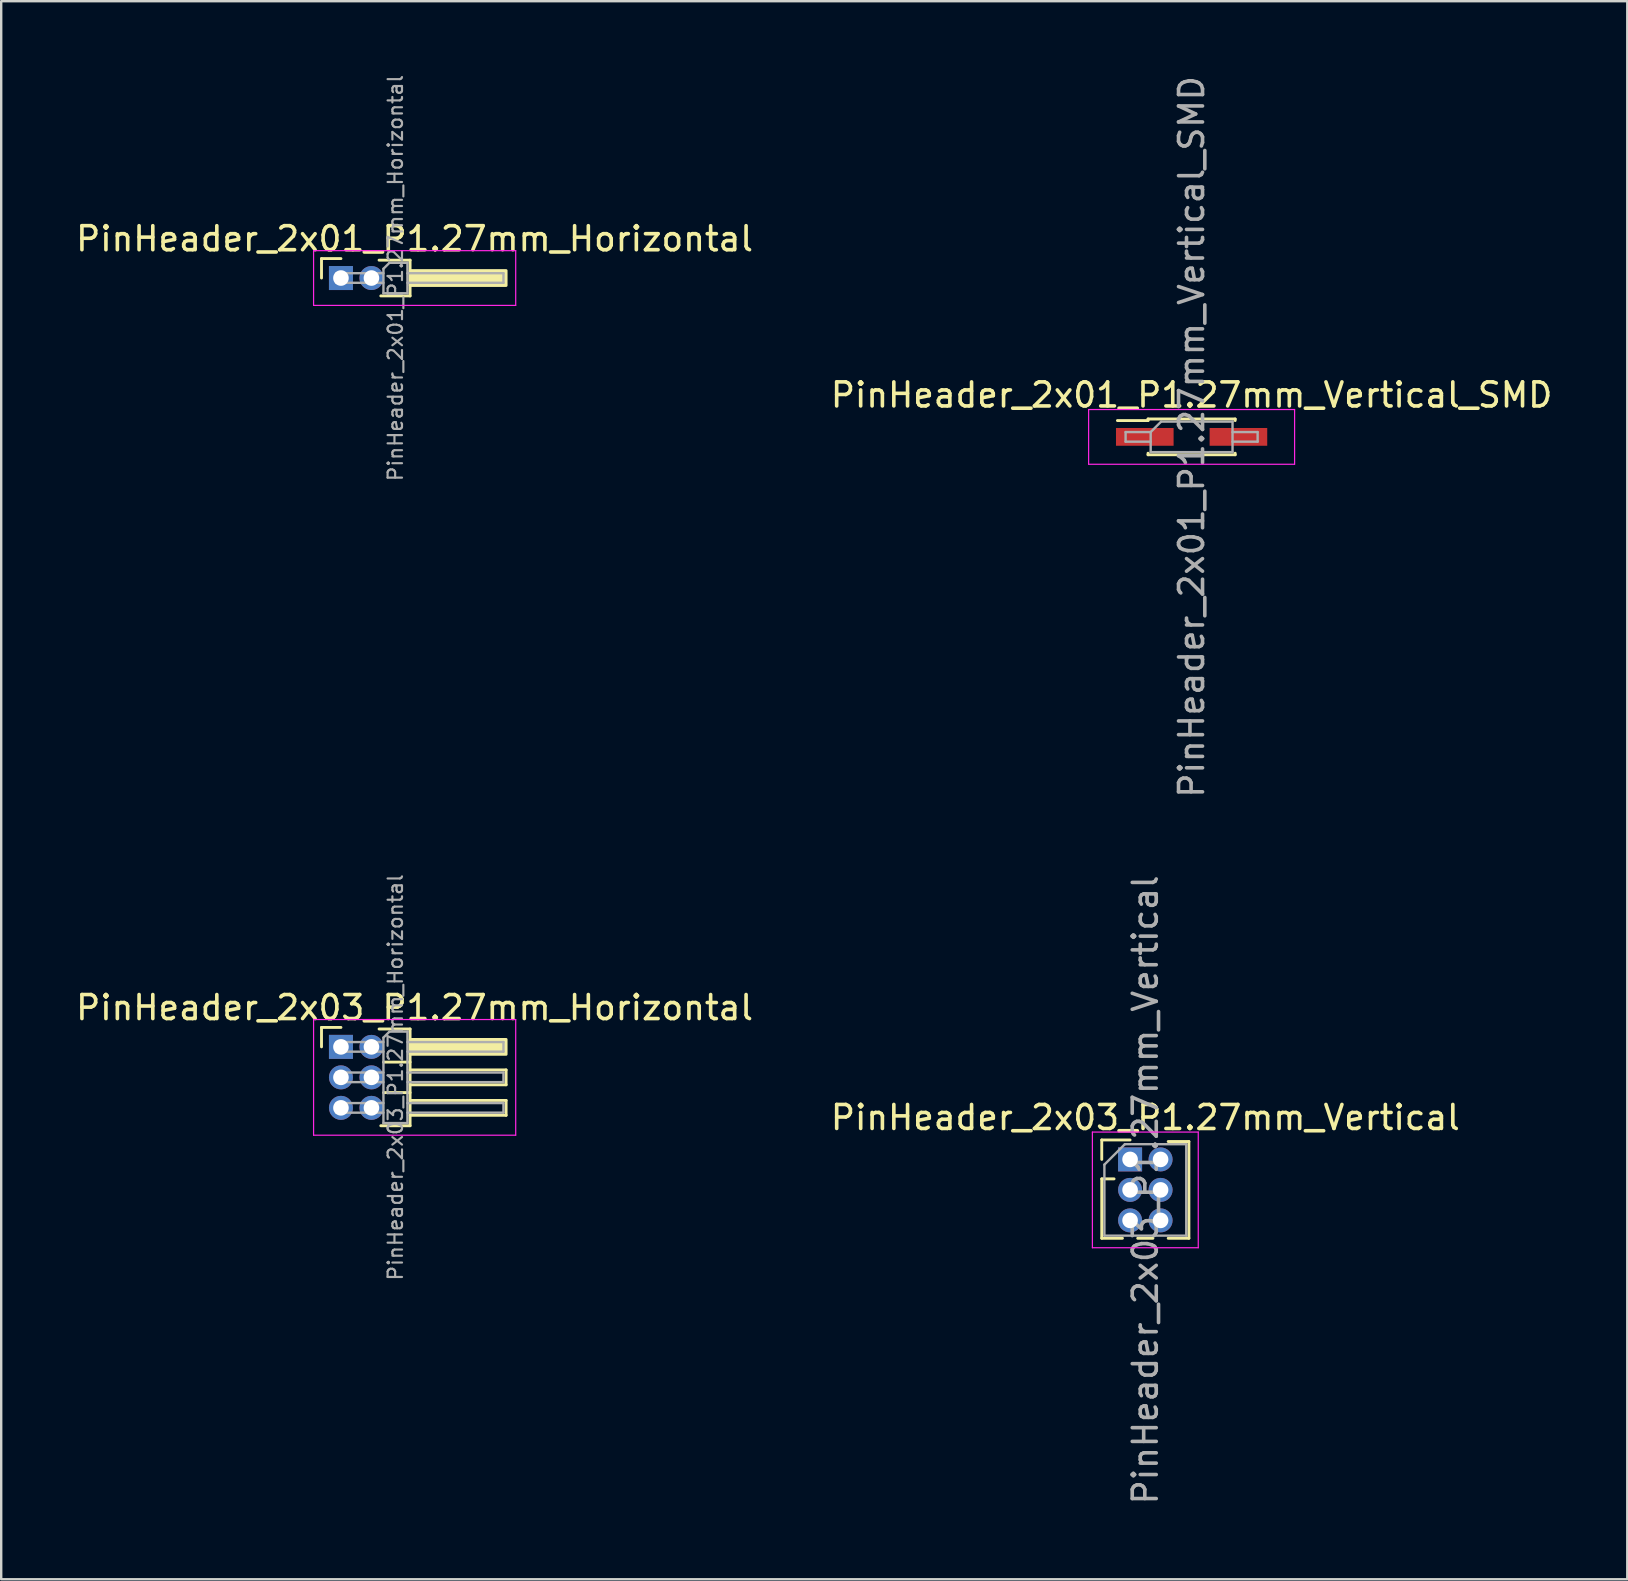
<source format=kicad_pcb>
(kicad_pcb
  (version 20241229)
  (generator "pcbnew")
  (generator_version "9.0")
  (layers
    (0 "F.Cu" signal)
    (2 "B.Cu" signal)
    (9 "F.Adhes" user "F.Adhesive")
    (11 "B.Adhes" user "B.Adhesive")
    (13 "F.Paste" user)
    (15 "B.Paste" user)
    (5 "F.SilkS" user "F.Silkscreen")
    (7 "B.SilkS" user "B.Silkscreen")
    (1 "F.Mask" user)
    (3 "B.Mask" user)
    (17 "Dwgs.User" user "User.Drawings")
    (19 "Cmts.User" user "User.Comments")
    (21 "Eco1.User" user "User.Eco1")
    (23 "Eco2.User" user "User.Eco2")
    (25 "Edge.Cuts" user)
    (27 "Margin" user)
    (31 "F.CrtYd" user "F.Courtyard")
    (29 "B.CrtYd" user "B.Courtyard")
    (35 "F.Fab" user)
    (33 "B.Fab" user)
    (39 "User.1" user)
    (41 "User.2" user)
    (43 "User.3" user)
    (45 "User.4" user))
  (footprint "PinHeader_2x01_P1.27mm_Vertical_SMD"
    (layer "F.Cu")
    (at 46.589 15.149)
    (property "Reference" "PinHeader_2x01_P1.27mm_Vertical_SMD" (at 0 -1.745 0) (layer "F.SilkS") (effects (font (size 1 1) (thickness 0.15))))
    (attr smd)
    (fp_line (start -3.09 -0.68) (end -1.815 -0.68) (stroke (width 0.12) (type solid)) (layer "F.SilkS"))
    (fp_line (start -1.815 -0.745) (end -1.815 -0.68) (stroke (width 0.12) (type solid)) (layer "F.SilkS"))
    (fp_line (start -1.815 -0.745) (end 1.815 -0.745) (stroke (width 0.12) (type solid)) (layer "F.SilkS"))
    (fp_line (start -1.815 0.68) (end -1.815 0.745) (stroke (width 0.12) (type solid)) (layer "F.SilkS"))
    (fp_line (start -1.815 0.745) (end 1.815 0.745) (stroke (width 0.12) (type solid)) (layer "F.SilkS"))
    (fp_line (start 1.815 -0.745) (end 1.815 -0.68) (stroke (width 0.12) (type solid)) (layer "F.SilkS"))
    (fp_line (start 1.815 0.68) (end 1.815 0.745) (stroke (width 0.12) (type solid)) (layer "F.SilkS"))
    (fp_line (start -4.29 -1.14) (end -4.29 1.14) (stroke (width 0.05) (type solid)) (layer "F.CrtYd"))
    (fp_line (start -4.29 1.14) (end 4.29 1.14) (stroke (width 0.05) (type solid)) (layer "F.CrtYd"))
    (fp_line (start 4.29 -1.14) (end -4.29 -1.14) (stroke (width 0.05) (type solid)) (layer "F.CrtYd"))
    (fp_line (start 4.29 1.14) (end 4.29 -1.14) (stroke (width 0.05) (type solid)) (layer "F.CrtYd"))
    (fp_line (start -2.75 -0.2) (end -2.75 0.2) (stroke (width 0.1) (type solid)) (layer "F.Fab"))
    (fp_line (start -2.75 0.2) (end -1.705 0.2) (stroke (width 0.1) (type solid)) (layer "F.Fab"))
    (fp_line (start -1.705 -0.2) (end -2.75 -0.2) (stroke (width 0.1) (type solid)) (layer "F.Fab"))
    (fp_line (start -1.705 -0.2) (end -1.27 -0.635) (stroke (width 0.1) (type solid)) (layer "F.Fab"))
    (fp_line (start -1.705 0.635) (end -1.705 -0.2) (stroke (width 0.1) (type solid)) (layer "F.Fab"))
    (fp_line (start -1.27 -0.635) (end 1.705 -0.635) (stroke (width 0.1) (type solid)) (layer "F.Fab"))
    (fp_line (start 1.705 -0.635) (end 1.705 0.635) (stroke (width 0.1) (type solid)) (layer "F.Fab"))
    (fp_line (start 1.705 -0.2) (end 2.75 -0.2) (stroke (width 0.1) (type solid)) (layer "F.Fab"))
    (fp_line (start 1.705 0.635) (end -1.705 0.635) (stroke (width 0.1) (type solid)) (layer "F.Fab"))
    (fp_line (start 2.75 -0.2) (end 2.75 0.2) (stroke (width 0.1) (type solid)) (layer "F.Fab"))
    (fp_line (start 2.75 0.2) (end 1.705 0.2) (stroke (width 0.1) (type solid)) (layer "F.Fab"))
    (fp_text user "${REFERENCE}" (at 0 0 90) (layer "F.Fab") (effects (font (size 1 1) (thickness 0.15))))
    (pad "1" smd rect (at -1.95 0) (size 2.4 0.74) (layers "F.Cu" "F.Mask" "F.Paste"))
    (pad "2" smd rect (at 1.95 0) (size 2.4 0.74) (layers "F.Cu" "F.Mask" "F.Paste")))
  (footprint "PinHeader_2x03_P1.27mm_Horizontal"
    (layer "F.Cu")
    (at 11.153 40.56)
    (property "Reference" "PinHeader_2x03_P1.27mm_Horizontal" (at 3.067 -1.635 0) (layer "F.SilkS") (effects (font (size 1 1) (thickness 0.15))))
    (attr through_hole)
    (fp_line (start -0.81 -0.81) (end 0 -0.81) (stroke (width 0.12) (type solid)) (layer "F.SilkS"))
    (fp_line (start -0.81 0) (end -0.81 -0.81) (stroke (width 0.12) (type solid)) (layer "F.SilkS"))
    (fp_line (start 1.588 -0.745) (end 2.88 -0.745) (stroke (width 0.12) (type solid)) (layer "F.SilkS"))
    (fp_line (start 1.773 0.635) (end 2.88 0.635) (stroke (width 0.12) (type solid)) (layer "F.SilkS"))
    (fp_line (start 1.773 1.905) (end 2.88 1.905) (stroke (width 0.12) (type solid)) (layer "F.SilkS"))
    (fp_line (start 2.88 -0.745) (end 2.88 3.285) (stroke (width 0.12) (type solid)) (layer "F.SilkS"))
    (fp_line (start 2.88 0.96) (end 6.88 0.96) (stroke (width 0.12) (type solid)) (layer "F.SilkS"))
    (fp_line (start 2.88 2.23) (end 6.88 2.23) (stroke (width 0.12) (type solid)) (layer "F.SilkS"))
    (fp_line (start 2.88 3.285) (end 1.66 3.285) (stroke (width 0.12) (type solid)) (layer "F.SilkS"))
    (fp_line (start 6.88 0.96) (end 6.88 1.58) (stroke (width 0.12) (type solid)) (layer "F.SilkS"))
    (fp_line (start 6.88 1.58) (end 2.88 1.58) (stroke (width 0.12) (type solid)) (layer "F.SilkS"))
    (fp_line (start 6.88 2.23) (end 6.88 2.85) (stroke (width 0.12) (type solid)) (layer "F.SilkS"))
    (fp_line (start 6.88 2.85) (end 2.88 2.85) (stroke (width 0.12) (type solid)) (layer "F.SilkS"))
    (fp_rect (start 2.88 -0.31) (end 6.88 0.31) (stroke (width 0.12) (type solid)) (fill yes) (layer "F.SilkS"))
    (fp_line (start -1.14 -1.14) (end -1.14 3.68) (stroke (width 0.05) (type solid)) (layer "F.CrtYd"))
    (fp_line (start -1.14 3.68) (end 7.28 3.68) (stroke (width 0.05) (type solid)) (layer "F.CrtYd"))
    (fp_line (start 7.28 -1.14) (end -1.14 -1.14) (stroke (width 0.05) (type solid)) (layer "F.CrtYd"))
    (fp_line (start 7.28 3.68) (end 7.28 -1.14) (stroke (width 0.05) (type solid)) (layer "F.CrtYd"))
    (fp_line (start -0.2 -0.2) (end -0.2 0.2) (stroke (width 0.1) (type solid)) (layer "F.Fab"))
    (fp_line (start -0.2 -0.2) (end 1.77 -0.2) (stroke (width 0.1) (type solid)) (layer "F.Fab"))
    (fp_line (start -0.2 0.2) (end 1.77 0.2) (stroke (width 0.1) (type solid)) (layer "F.Fab"))
    (fp_line (start -0.2 1.07) (end -0.2 1.47) (stroke (width 0.1) (type solid)) (layer "F.Fab"))
    (fp_line (start -0.2 1.07) (end 1.77 1.07) (stroke (width 0.1) (type solid)) (layer "F.Fab"))
    (fp_line (start -0.2 1.47) (end 1.77 1.47) (stroke (width 0.1) (type solid)) (layer "F.Fab"))
    (fp_line (start -0.2 2.34) (end -0.2 2.74) (stroke (width 0.1) (type solid)) (layer "F.Fab"))
    (fp_line (start -0.2 2.34) (end 1.77 2.34) (stroke (width 0.1) (type solid)) (layer "F.Fab"))
    (fp_line (start -0.2 2.74) (end 1.77 2.74) (stroke (width 0.1) (type solid)) (layer "F.Fab"))
    (fp_line (start 1.77 -0.385) (end 2.02 -0.635) (stroke (width 0.1) (type solid)) (layer "F.Fab"))
    (fp_line (start 1.77 3.175) (end 1.77 -0.385) (stroke (width 0.1) (type solid)) (layer "F.Fab"))
    (fp_line (start 2.02 -0.635) (end 2.77 -0.635) (stroke (width 0.1) (type solid)) (layer "F.Fab"))
    (fp_line (start 2.77 -0.635) (end 2.77 3.175) (stroke (width 0.1) (type solid)) (layer "F.Fab"))
    (fp_line (start 2.77 -0.2) (end 6.77 -0.2) (stroke (width 0.1) (type solid)) (layer "F.Fab"))
    (fp_line (start 2.77 0.2) (end 6.77 0.2) (stroke (width 0.1) (type solid)) (layer "F.Fab"))
    (fp_line (start 2.77 1.07) (end 6.77 1.07) (stroke (width 0.1) (type solid)) (layer "F.Fab"))
    (fp_line (start 2.77 1.47) (end 6.77 1.47) (stroke (width 0.1) (type solid)) (layer "F.Fab"))
    (fp_line (start 2.77 2.34) (end 6.77 2.34) (stroke (width 0.1) (type solid)) (layer "F.Fab"))
    (fp_line (start 2.77 2.74) (end 6.77 2.74) (stroke (width 0.1) (type solid)) (layer "F.Fab"))
    (fp_line (start 2.77 3.175) (end 1.77 3.175) (stroke (width 0.1) (type solid)) (layer "F.Fab"))
    (fp_line (start 6.77 -0.2) (end 6.77 0.2) (stroke (width 0.1) (type solid)) (layer "F.Fab"))
    (fp_line (start 6.77 1.07) (end 6.77 1.47) (stroke (width 0.1) (type solid)) (layer "F.Fab"))
    (fp_line (start 6.77 2.34) (end 6.77 2.74) (stroke (width 0.1) (type solid)) (layer "F.Fab"))
    (fp_text user "${REFERENCE}" (at 2.27 1.27 90) (layer "F.Fab") (effects (font (size 0.6 0.6) (thickness 0.09))))
    (pad "1" thru_hole rect (at 0 0) (size 1 1) (drill 0.65) (layers "*.Cu" "*.Mask"))
    (pad "2" thru_hole circle (at 1.27 0) (size 1 1) (drill 0.65) (layers "*.Cu" "*.Mask"))
    (pad "3" thru_hole circle (at 0 1.27) (size 1 1) (drill 0.65) (layers "*.Cu" "*.Mask"))
    (pad "4" thru_hole circle (at 1.27 1.27) (size 1 1) (drill 0.65) (layers "*.Cu" "*.Mask"))
    (pad "5" thru_hole circle (at 0 2.54) (size 1 1) (drill 0.65) (layers "*.Cu" "*.Mask"))
    (pad "6" thru_hole circle (at 1.27 2.54) (size 1 1) (drill 0.65) (layers "*.Cu" "*.Mask")))
  (footprint "PinHeader_2x01_P1.27mm_Horizontal"
    (layer "F.Cu")
    (at 11.153 8.532)
    (property "Reference" "PinHeader_2x01_P1.27mm_Horizontal" (at 3.067 -1.635 0) (layer "F.SilkS") (effects (font (size 1 1) (thickness 0.15))))
    (attr through_hole)
    (fp_line (start -0.81 -0.81) (end 0 -0.81) (stroke (width 0.12) (type solid)) (layer "F.SilkS"))
    (fp_line (start -0.81 0) (end -0.81 -0.81) (stroke (width 0.12) (type solid)) (layer "F.SilkS"))
    (fp_line (start 1.588 -0.745) (end 2.88 -0.745) (stroke (width 0.12) (type solid)) (layer "F.SilkS"))
    (fp_line (start 2.88 -0.745) (end 2.88 0.745) (stroke (width 0.12) (type solid)) (layer "F.SilkS"))
    (fp_line (start 2.88 0.745) (end 1.66 0.745) (stroke (width 0.12) (type solid)) (layer "F.SilkS"))
    (fp_rect (start 2.88 -0.31) (end 6.88 0.31) (stroke (width 0.12) (type solid)) (fill yes) (layer "F.SilkS"))
    (fp_line (start -1.14 -1.14) (end -1.14 1.14) (stroke (width 0.05) (type solid)) (layer "F.CrtYd"))
    (fp_line (start -1.14 1.14) (end 7.28 1.14) (stroke (width 0.05) (type solid)) (layer "F.CrtYd"))
    (fp_line (start 7.28 -1.14) (end -1.14 -1.14) (stroke (width 0.05) (type solid)) (layer "F.CrtYd"))
    (fp_line (start 7.28 1.14) (end 7.28 -1.14) (stroke (width 0.05) (type solid)) (layer "F.CrtYd"))
    (fp_line (start -0.2 -0.2) (end -0.2 0.2) (stroke (width 0.1) (type solid)) (layer "F.Fab"))
    (fp_line (start -0.2 -0.2) (end 1.77 -0.2) (stroke (width 0.1) (type solid)) (layer "F.Fab"))
    (fp_line (start -0.2 0.2) (end 1.77 0.2) (stroke (width 0.1) (type solid)) (layer "F.Fab"))
    (fp_line (start 1.77 -0.385) (end 2.02 -0.635) (stroke (width 0.1) (type solid)) (layer "F.Fab"))
    (fp_line (start 1.77 0.635) (end 1.77 -0.385) (stroke (width 0.1) (type solid)) (layer "F.Fab"))
    (fp_line (start 2.02 -0.635) (end 2.77 -0.635) (stroke (width 0.1) (type solid)) (layer "F.Fab"))
    (fp_line (start 2.77 -0.635) (end 2.77 0.635) (stroke (width 0.1) (type solid)) (layer "F.Fab"))
    (fp_line (start 2.77 -0.2) (end 6.77 -0.2) (stroke (width 0.1) (type solid)) (layer "F.Fab"))
    (fp_line (start 2.77 0.2) (end 6.77 0.2) (stroke (width 0.1) (type solid)) (layer "F.Fab"))
    (fp_line (start 2.77 0.635) (end 1.77 0.635) (stroke (width 0.1) (type solid)) (layer "F.Fab"))
    (fp_line (start 6.77 -0.2) (end 6.77 0.2) (stroke (width 0.1) (type solid)) (layer "F.Fab"))
    (fp_text user "${REFERENCE}" (at 2.27 0 90) (layer "F.Fab") (effects (font (size 0.6 0.6) (thickness 0.09))))
    (pad "1" thru_hole rect (at 0 0) (size 1 1) (drill 0.65) (layers "*.Cu" "*.Mask"))
    (pad "2" thru_hole circle (at 1.27 0) (size 1 1) (drill 0.65) (layers "*.Cu" "*.Mask")))
  (footprint "PinHeader_2x03_P1.27mm_Vertical"
    (layer "F.Cu")
    (at 44.026 45.248)
    (property "Reference" "PinHeader_2x03_P1.27mm_Vertical" (at 0.635 -1.745 0) (layer "F.SilkS") (effects (font (size 1 1) (thickness 0.15))))
    (attr through_hole)
    (fp_line (start -1.18 -0.81) (end 0 -0.81) (stroke (width 0.12) (type solid)) (layer "F.SilkS"))
    (fp_line (start -1.18 0) (end -1.18 -0.81) (stroke (width 0.12) (type solid)) (layer "F.SilkS"))
    (fp_line (start -1.18 0.81) (end -1.18 3.285) (stroke (width 0.12) (type solid)) (layer "F.SilkS"))
    (fp_line (start -1.18 0.81) (end -0.667 0.81) (stroke (width 0.12) (type solid)) (layer "F.SilkS"))
    (fp_line (start -1.18 3.285) (end -0.318 3.285) (stroke (width 0.12) (type solid)) (layer "F.SilkS"))
    (fp_line (start 0.318 3.285) (end 0.952 3.285) (stroke (width 0.12) (type solid)) (layer "F.SilkS"))
    (fp_line (start 1.588 -0.745) (end 2.45 -0.745) (stroke (width 0.12) (type solid)) (layer "F.SilkS"))
    (fp_line (start 1.588 3.285) (end 2.45 3.285) (stroke (width 0.12) (type solid)) (layer "F.SilkS"))
    (fp_line (start 2.45 -0.745) (end 2.45 3.285) (stroke (width 0.12) (type solid)) (layer "F.SilkS"))
    (fp_line (start -1.57 -1.14) (end -1.57 3.68) (stroke (width 0.05) (type solid)) (layer "F.CrtYd"))
    (fp_line (start -1.57 3.68) (end 2.84 3.68) (stroke (width 0.05) (type solid)) (layer "F.CrtYd"))
    (fp_line (start 2.84 -1.14) (end -1.57 -1.14) (stroke (width 0.05) (type solid)) (layer "F.CrtYd"))
    (fp_line (start 2.84 3.68) (end 2.84 -1.14) (stroke (width 0.05) (type solid)) (layer "F.CrtYd"))
    (fp_line (start -1.07 0.217) (end -0.217 -0.635) (stroke (width 0.1) (type solid)) (layer "F.Fab"))
    (fp_line (start -1.07 3.175) (end -1.07 0.217) (stroke (width 0.1) (type solid)) (layer "F.Fab"))
    (fp_line (start -0.217 -0.635) (end 2.34 -0.635) (stroke (width 0.1) (type solid)) (layer "F.Fab"))
    (fp_line (start 2.34 -0.635) (end 2.34 3.175) (stroke (width 0.1) (type solid)) (layer "F.Fab"))
    (fp_line (start 2.34 3.175) (end -1.07 3.175) (stroke (width 0.1) (type solid)) (layer "F.Fab"))
    (fp_text user "${REFERENCE}" (at 0.635 1.27 90) (layer "F.Fab") (effects (font (size 1 1) (thickness 0.15))))
    (pad "1" thru_hole rect (at 0 0) (size 1 1) (drill 0.65) (layers "*.Cu" "*.Mask"))
    (pad "2" thru_hole circle (at 1.27 0) (size 1 1) (drill 0.65) (layers "*.Cu" "*.Mask"))
    (pad "3" thru_hole circle (at 0 1.27) (size 1 1) (drill 0.65) (layers "*.Cu" "*.Mask"))
    (pad "4" thru_hole circle (at 1.27 1.27) (size 1 1) (drill 0.65) (layers "*.Cu" "*.Mask"))
    (pad "5" thru_hole circle (at 0 2.54) (size 1 1) (drill 0.65) (layers "*.Cu" "*.Mask"))
    (pad "6" thru_hole circle (at 1.27 2.54) (size 1 1) (drill 0.65) (layers "*.Cu" "*.Mask")))
  (gr_rect
    (start -3 -3)
    (end 64.738 62.738)
    (stroke (width 0.1) (type default))
    (fill no)
    (layer "Edge.Cuts")))
</source>
